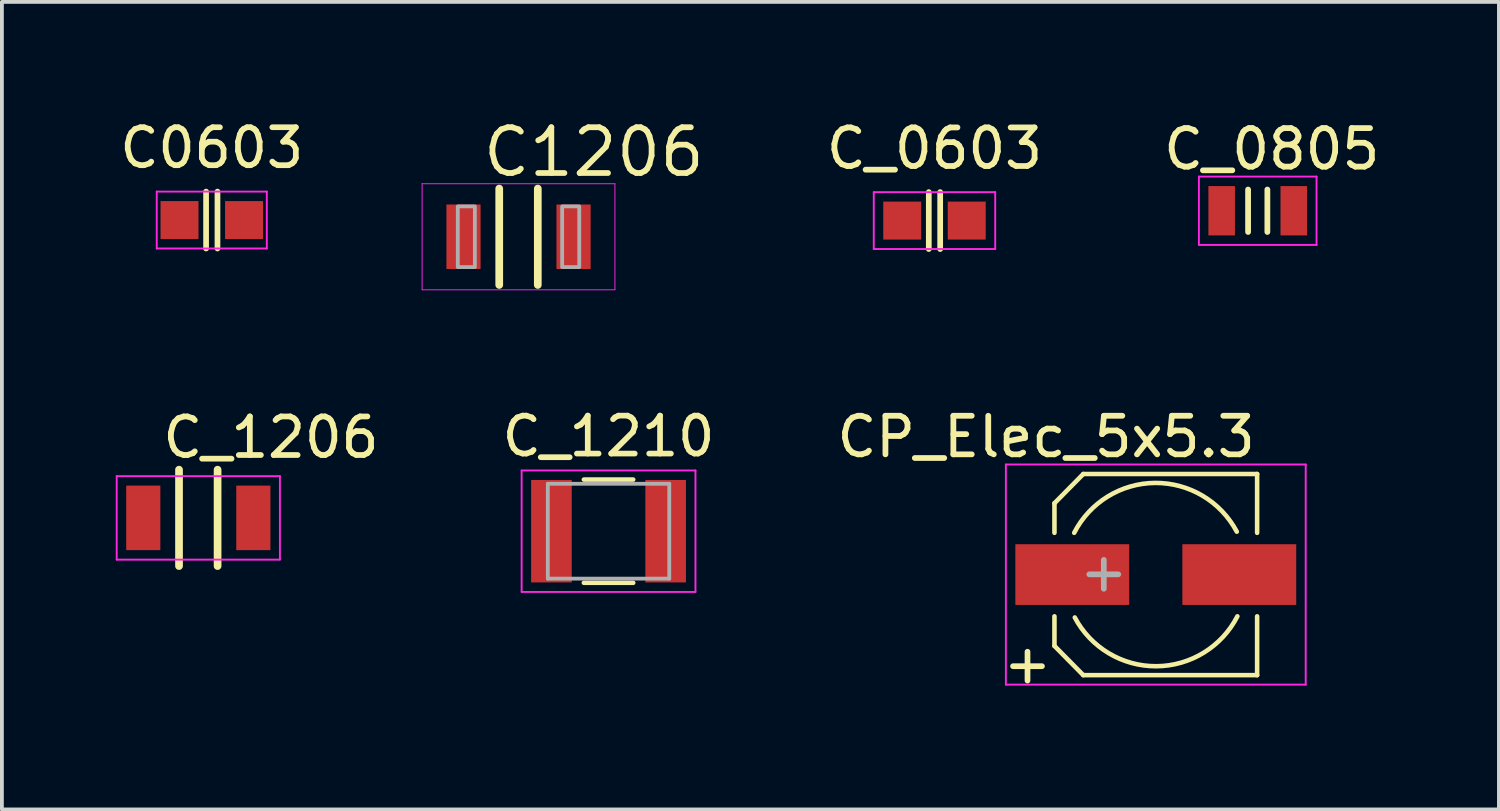
<source format=kicad_pcb>
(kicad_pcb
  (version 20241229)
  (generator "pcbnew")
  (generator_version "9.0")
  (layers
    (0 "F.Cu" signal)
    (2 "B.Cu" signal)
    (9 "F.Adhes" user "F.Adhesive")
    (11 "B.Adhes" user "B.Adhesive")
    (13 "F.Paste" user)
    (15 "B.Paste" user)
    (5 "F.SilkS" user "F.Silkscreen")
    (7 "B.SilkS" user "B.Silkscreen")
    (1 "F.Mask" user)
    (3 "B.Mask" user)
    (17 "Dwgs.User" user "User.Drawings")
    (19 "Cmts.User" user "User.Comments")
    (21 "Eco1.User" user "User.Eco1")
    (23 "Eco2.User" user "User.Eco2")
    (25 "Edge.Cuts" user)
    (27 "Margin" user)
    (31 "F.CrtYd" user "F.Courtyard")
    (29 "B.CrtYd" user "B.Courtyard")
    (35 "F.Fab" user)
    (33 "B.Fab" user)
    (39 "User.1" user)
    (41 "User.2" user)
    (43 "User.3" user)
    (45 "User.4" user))
  (footprint "C_0805"
    (layer "F.Cu")
    (at 30.089 2.503)
    (property "Reference" "C_0805" (at -2.56 -1.03 0) (layer "F.SilkS") (effects (font (size 1.016 1.016) (thickness 0.152)) (justify left bottom)))
    (attr through_hole)
    (fp_line (start -0.254 0.559) (end -0.254 -0.559) (stroke (width 0.152) (type solid)) (layer "F.SilkS"))
    (fp_line (start 0.254 0.559) (end 0.254 -0.559) (stroke (width 0.152) (type solid)) (layer "F.SilkS"))
    (fp_line (start -1.55 0.9) (end -1.55 -0.9) (stroke (width 0.05) (type solid)) (layer "F.CrtYd"))
    (fp_line (start 1.55 -0.9) (end -1.55 -0.9) (stroke (width 0.05) (type solid)) (layer "F.CrtYd"))
    (fp_line (start 1.55 0.9) (end -1.55 0.9) (stroke (width 0.05) (type solid)) (layer "F.CrtYd"))
    (fp_line (start 1.55 0.9) (end 1.55 -0.9) (stroke (width 0.05) (type solid)) (layer "F.CrtYd"))
    (pad "1" smd rect (at -0.95 0) (size 0.7 1.3) (layers "F.Cu" "F.Mask" "F.Paste"))
    (pad "2" smd rect (at 0.95 0) (size 0.7 1.3) (layers "F.Cu" "F.Mask" "F.Paste")))
  (footprint "C_1206"
    (layer "F.Cu")
    (at 2.175 10.595)
    (property "Reference" "C_1206" (at -1.016 -1.524 0) (layer "F.SilkS") (effects (font (size 1.016 1.016) (thickness 0.152)) (justify left bottom)))
    (attr smd)
    (fp_line (start -0.508 -1.27) (end -0.508 1.27) (stroke (width 0.203) (type solid)) (layer "F.SilkS"))
    (fp_line (start 0.508 -1.27) (end 0.508 1.27) (stroke (width 0.203) (type solid)) (layer "F.SilkS"))
    (fp_line (start -2.15 -1.1) (end 2.15 -1.1) (stroke (width 0.05) (type solid)) (layer "F.CrtYd"))
    (fp_line (start -2.15 1.1) (end -2.15 -1.1) (stroke (width 0.05) (type solid)) (layer "F.CrtYd"))
    (fp_line (start -2.15 1.1) (end 2.15 1.1) (stroke (width 0.05) (type solid)) (layer "F.CrtYd"))
    (fp_line (start 2.15 1.1) (end 2.15 -1.1) (stroke (width 0.05) (type solid)) (layer "F.CrtYd"))
    (pad "1" smd rect (at -1.45 0) (size 0.9 1.7) (layers "F.Cu" "F.Mask" "F.Paste"))
    (pad "2" smd rect (at 1.45 0) (size 0.9 1.7) (layers "F.Cu" "F.Mask" "F.Paste")))
  (footprint "C1206"
    (layer "F.Cu")
    (at 10.612 3.188)
    (property "Reference" "C1206" (at -1.016 -1.524 0) (layer "F.SilkS") (effects (font (size 1.206 1.206) (thickness 0.152)) (justify left bottom)))
    (attr through_hole)
    (fp_line (start -0.508 -1.27) (end -0.508 1.27) (stroke (width 0.203) (type solid)) (layer "F.SilkS"))
    (fp_line (start 0.508 -1.27) (end 0.508 1.27) (stroke (width 0.203) (type solid)) (layer "F.SilkS"))
    (fp_line (start -2.54 -1.397) (end 2.54 -1.397) (stroke (width 0.025) (type solid)) (layer "F.CrtYd"))
    (fp_line (start -2.54 1.397) (end -2.54 -1.397) (stroke (width 0.025) (type solid)) (layer "F.CrtYd"))
    (fp_line (start 2.54 -1.397) (end 2.54 1.397) (stroke (width 0.025) (type solid)) (layer "F.CrtYd"))
    (fp_line (start 2.54 1.397) (end -2.54 1.397) (stroke (width 0.025) (type solid)) (layer "F.CrtYd"))
    (fp_poly (pts (xy -1.6 0.8) (xy -1.15 0.8) (xy -1.15 -0.8) (xy -1.6 -0.8)) (stroke (width 0.1) (type solid)) (fill no) (layer "F.Fab"))
    (fp_poly (pts (xy 1.15 0.8) (xy 1.6 0.8) (xy 1.6 -0.8) (xy 1.15 -0.8)) (stroke (width 0.1) (type solid)) (fill no) (layer "F.Fab"))
    (pad "1" smd rect (at -1.45 0) (size 0.9 1.7) (layers "F.Cu" "F.Mask" "F.Paste"))
    (pad "2" smd rect (at 1.45 0) (size 0.9 1.7) (layers "F.Cu" "F.Mask" "F.Paste")))
  (footprint "CP_Elec_5x5.3"
    (layer "F.Cu")
    (at 27.403 12.089)
    (property "Reference" "CP_Elec_5x5.3" (at -2.89 -3.63 0) (layer "F.SilkS") (effects (font (size 1.016 1.016) (thickness 0.152))))
    (attr smd)
    (fp_line (start -2.67 -1.88) (end -2.67 -1.1) (stroke (width 0.12) (type solid)) (layer "F.SilkS"))
    (fp_line (start -2.67 1.88) (end -2.67 1.1) (stroke (width 0.12) (type solid)) (layer "F.SilkS"))
    (fp_line (start -2.67 1.88) (end -1.91 2.65) (stroke (width 0.12) (type solid)) (layer "F.SilkS"))
    (fp_line (start -1.91 -2.65) (end -2.67 -1.88) (stroke (width 0.12) (type solid)) (layer "F.SilkS"))
    (fp_line (start -1.91 2.65) (end 2.67 2.65) (stroke (width 0.12) (type solid)) (layer "F.SilkS"))
    (fp_line (start 2.67 -2.65) (end -1.91 -2.65) (stroke (width 0.12) (type solid)) (layer "F.SilkS"))
    (fp_line (start 2.67 -2.65) (end 2.67 -1.1) (stroke (width 0.12) (type solid)) (layer "F.SilkS"))
    (fp_line (start 2.67 2.65) (end 2.67 1.1) (stroke (width 0.12) (type solid)) (layer "F.SilkS"))
    (fp_arc (start -2.15 -1.1) (mid -0.017048 -2.414997) (end 2.134257 -1.130243) (stroke (width 0.12) (type solid)) (layer "F.SilkS"))
    (fp_arc (start 2.15 1.1) (mid 0.017048 2.414997) (end -2.134257 1.130243) (stroke (width 0.12) (type solid)) (layer "F.SilkS"))
    (fp_line (start -3.95 -2.9) (end -3.95 2.9) (stroke (width 0.05) (type solid)) (layer "F.CrtYd"))
    (fp_line (start -3.95 2.9) (end 3.95 2.9) (stroke (width 0.05) (type solid)) (layer "F.CrtYd"))
    (fp_line (start 3.95 -2.9) (end -3.95 -2.9) (stroke (width 0.05) (type solid)) (layer "F.CrtYd"))
    (fp_line (start 3.95 2.9) (end 3.95 -2.9) (stroke (width 0.05) (type solid)) (layer "F.CrtYd"))
    (fp_text user "+" (at -3.38 2.34 0) (layer "F.SilkS") (effects (font (size 1 1) (thickness 0.15))))
    (fp_text user "+" (at -1.37 -0.08 0) (layer "F.Fab") (effects (font (size 1 1) (thickness 0.15))))
    (pad "1" smd rect (at -2.2 0 180) (size 3 1.6) (layers "F.Cu" "F.Mask" "F.Paste"))
    (pad "2" smd rect (at 2.2 0 180) (size 3 1.6) (layers "F.Cu" "F.Mask" "F.Paste")))
  (footprint "C_1210"
    (layer "F.Cu")
    (at 12.984 10.946)
    (property "Reference" "C_1210" (at 0 -2.5 0) (layer "F.SilkS") (effects (font (size 1 1) (thickness 0.15))))
    (attr smd)
    (fp_line (start -0.65 -1.36) (end 0.65 -1.36) (stroke (width 0.12) (type solid)) (layer "F.SilkS"))
    (fp_line (start -0.65 1.36) (end 0.65 1.36) (stroke (width 0.12) (type solid)) (layer "F.SilkS"))
    (fp_line (start -2.29 -1.6) (end 2.29 -1.6) (stroke (width 0.05) (type solid)) (layer "F.CrtYd"))
    (fp_line (start -2.29 1.6) (end -2.29 -1.6) (stroke (width 0.05) (type solid)) (layer "F.CrtYd"))
    (fp_line (start 2.29 -1.6) (end 2.29 1.6) (stroke (width 0.05) (type solid)) (layer "F.CrtYd"))
    (fp_line (start 2.29 1.6) (end -2.29 1.6) (stroke (width 0.05) (type solid)) (layer "F.CrtYd"))
    (fp_line (start -1.6 -1.25) (end 1.6 -1.25) (stroke (width 0.1) (type solid)) (layer "F.Fab"))
    (fp_line (start -1.6 1.25) (end -1.6 -1.25) (stroke (width 0.1) (type solid)) (layer "F.Fab"))
    (fp_line (start 1.6 -1.25) (end 1.6 1.25) (stroke (width 0.1) (type solid)) (layer "F.Fab"))
    (fp_line (start 1.6 1.25) (end -1.6 1.25) (stroke (width 0.1) (type solid)) (layer "F.Fab"))
    (pad "1" smd rect (at -1.505 0) (size 1.07 2.7) (layers "F.Cu" "F.Mask" "F.Paste"))
    (pad "2" smd rect (at 1.505 0) (size 1.07 2.7) (layers "F.Cu" "F.Mask" "F.Paste")))
  (footprint "C0603"
    (layer "F.Cu")
    (at 2.53 2.748)
    (property "Reference" "C0603" (at 0 -1.9 0) (layer "F.SilkS") (effects (font (size 1 1) (thickness 0.15))))
    (attr smd)
    (fp_line (start -0.15 -0.75) (end -0.15 0.75) (stroke (width 0.15) (type solid)) (layer "F.SilkS"))
    (fp_line (start 0.15 0.75) (end 0.15 -0.75) (stroke (width 0.15) (type solid)) (layer "F.SilkS"))
    (fp_line (start -1.45 -0.75) (end -1.45 0.75) (stroke (width 0.05) (type solid)) (layer "F.CrtYd"))
    (fp_line (start -1.45 -0.75) (end 1.45 -0.75) (stroke (width 0.05) (type solid)) (layer "F.CrtYd"))
    (fp_line (start -1.45 0.75) (end 1.45 0.75) (stroke (width 0.05) (type solid)) (layer "F.CrtYd"))
    (fp_line (start 1.45 -0.75) (end 1.45 0.75) (stroke (width 0.05) (type solid)) (layer "F.CrtYd"))
    (pad "1" smd rect (at -0.85 0) (size 1 1) (layers "F.Cu" "F.Mask" "F.Paste"))
    (pad "2" smd rect (at 0.85 0) (size 1 1) (layers "F.Cu" "F.Mask" "F.Paste")))
  (footprint "C_0603"
    (layer "F.Cu")
    (at 21.572 2.762)
    (property "Reference" "C_0603" (at 0 -1.9 0) (layer "F.SilkS") (effects (font (size 1.016 1.016) (thickness 0.152))))
    (attr smd)
    (fp_line (start -0.15 -0.75) (end -0.15 0.75) (stroke (width 0.15) (type solid)) (layer "F.SilkS"))
    (fp_line (start 0.15 0.75) (end 0.15 -0.75) (stroke (width 0.15) (type solid)) (layer "F.SilkS"))
    (fp_line (start -1.6 -0.75) (end -1.6 0.75) (stroke (width 0.05) (type solid)) (layer "F.CrtYd"))
    (fp_line (start -1.6 -0.75) (end 1.6 -0.75) (stroke (width 0.05) (type solid)) (layer "F.CrtYd"))
    (fp_line (start -1.6 0.75) (end 1.6 0.75) (stroke (width 0.05) (type solid)) (layer "F.CrtYd"))
    (fp_line (start 1.6 -0.75) (end 1.6 0.75) (stroke (width 0.05) (type solid)) (layer "F.CrtYd"))
    (pad "1" smd rect (at -0.85 0) (size 1 1) (layers "F.Cu" "F.Mask" "F.Paste"))
    (pad "2" smd rect (at 0.85 0) (size 1 1) (layers "F.Cu" "F.Mask" "F.Paste")))
  (gr_rect
    (start -3 -3)
    (end 36.444 18.277)
    (stroke (width 0.1) (type default))
    (fill no)
    (layer "Edge.Cuts")))
</source>
